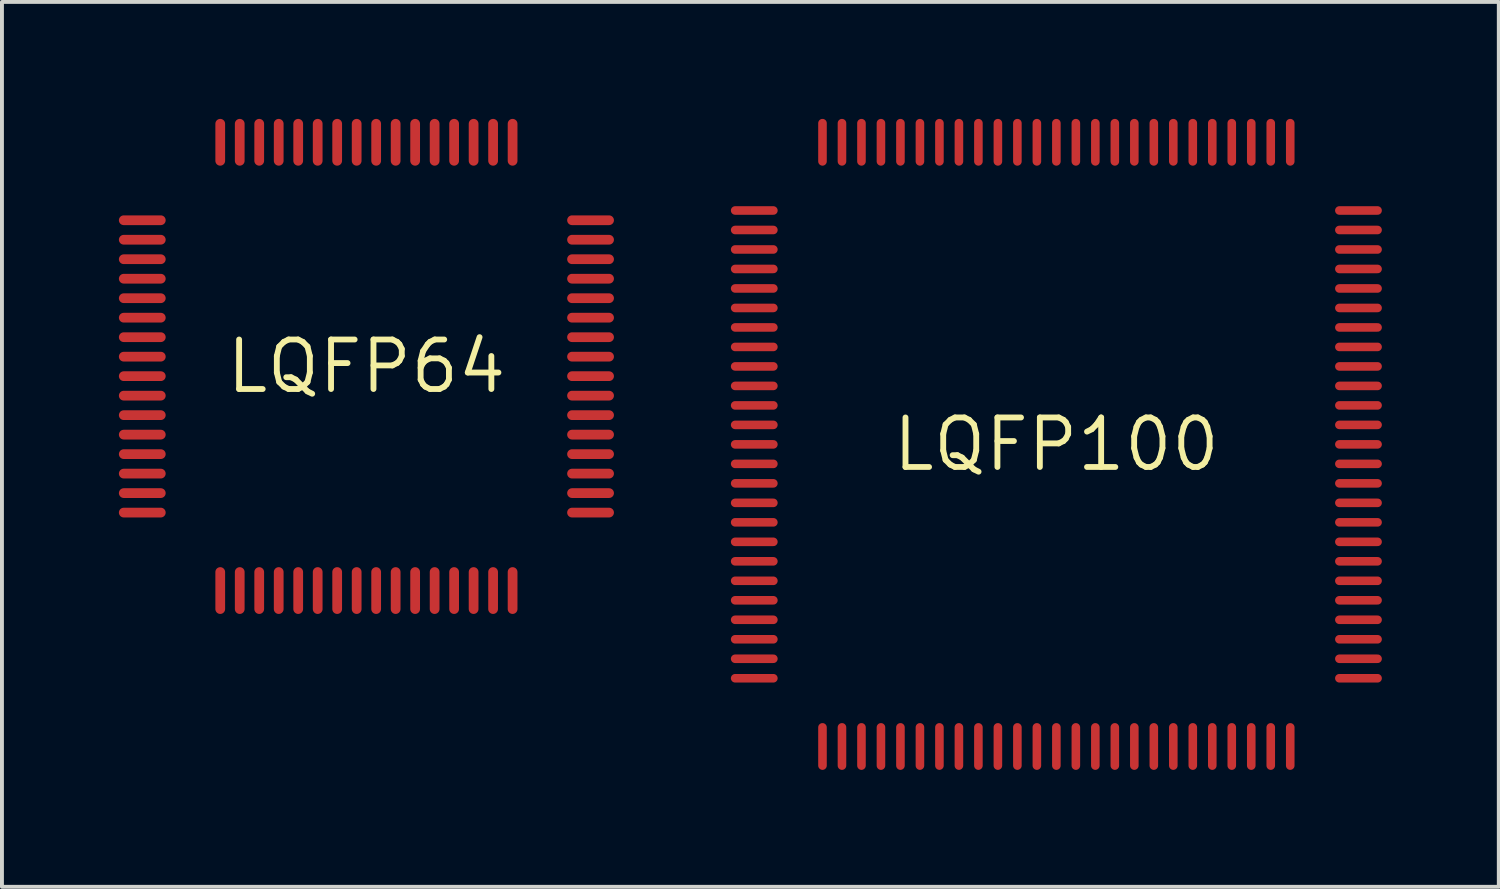
<source format=kicad_pcb>
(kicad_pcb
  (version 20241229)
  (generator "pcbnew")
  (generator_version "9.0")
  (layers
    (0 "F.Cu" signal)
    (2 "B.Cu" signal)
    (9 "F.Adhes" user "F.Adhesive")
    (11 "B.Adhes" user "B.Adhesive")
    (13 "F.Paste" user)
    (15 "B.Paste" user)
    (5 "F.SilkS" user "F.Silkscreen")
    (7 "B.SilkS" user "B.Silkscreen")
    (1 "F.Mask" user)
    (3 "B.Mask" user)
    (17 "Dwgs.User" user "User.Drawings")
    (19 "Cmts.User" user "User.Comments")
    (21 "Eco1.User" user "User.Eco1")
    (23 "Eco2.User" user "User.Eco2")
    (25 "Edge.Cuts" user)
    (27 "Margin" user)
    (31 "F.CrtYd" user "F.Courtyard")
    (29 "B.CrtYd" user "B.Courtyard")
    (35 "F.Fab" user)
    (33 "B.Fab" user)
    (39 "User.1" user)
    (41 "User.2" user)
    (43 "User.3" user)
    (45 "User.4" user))
  (footprint "LQFP100"
    (layer "F.Cu")
    (at 24.05 8.35)
    (property "Reference" "LQFP100" (at 0 0 0) (layer "F.SilkS") (effects (font (size 1.27 1.27) (thickness 0.15))))
    (attr through_hole)
    (pad "1" smd oval (at -7.75 -6 90) (size 0.22 1.2) (layers "F.Cu" "F.Mask"))
    (pad "2" smd oval (at -7.75 -5.5 90) (size 0.22 1.2) (layers "F.Cu" "F.Mask"))
    (pad "3" smd oval (at -7.75 -5 90) (size 0.22 1.2) (layers "F.Cu" "F.Mask"))
    (pad "4" smd oval (at -7.75 -4.5 90) (size 0.22 1.2) (layers "F.Cu" "F.Mask"))
    (pad "5" smd oval (at -7.75 -4 90) (size 0.22 1.2) (layers "F.Cu" "F.Mask"))
    (pad "6" smd oval (at -7.75 -3.5 90) (size 0.22 1.2) (layers "F.Cu" "F.Mask"))
    (pad "7" smd oval (at -7.75 -3 90) (size 0.22 1.2) (layers "F.Cu" "F.Mask"))
    (pad "8" smd oval (at -7.75 -2.5 90) (size 0.22 1.2) (layers "F.Cu" "F.Mask"))
    (pad "9" smd oval (at -7.75 -2 90) (size 0.22 1.2) (layers "F.Cu" "F.Mask"))
    (pad "10" smd oval (at -7.75 -1.5 90) (size 0.22 1.2) (layers "F.Cu" "F.Mask"))
    (pad "11" smd oval (at -7.75 -1 90) (size 0.22 1.2) (layers "F.Cu" "F.Mask"))
    (pad "12" smd oval (at -7.75 -0.5 90) (size 0.22 1.2) (layers "F.Cu" "F.Mask"))
    (pad "13" smd oval (at -7.75 0 90) (size 0.22 1.2) (layers "F.Cu" "F.Mask"))
    (pad "14" smd oval (at -7.75 0.5 90) (size 0.22 1.2) (layers "F.Cu" "F.Mask"))
    (pad "15" smd oval (at -7.75 1 90) (size 0.22 1.2) (layers "F.Cu" "F.Mask"))
    (pad "16" smd oval (at -7.75 1.5 90) (size 0.22 1.2) (layers "F.Cu" "F.Mask"))
    (pad "17" smd oval (at -7.75 2 90) (size 0.22 1.2) (layers "F.Cu" "F.Mask"))
    (pad "18" smd oval (at -7.75 2.5 90) (size 0.22 1.2) (layers "F.Cu" "F.Mask"))
    (pad "19" smd oval (at -7.75 3 90) (size 0.22 1.2) (layers "F.Cu" "F.Mask"))
    (pad "20" smd oval (at -7.75 3.5 90) (size 0.22 1.2) (layers "F.Cu" "F.Mask"))
    (pad "21" smd oval (at -7.75 4 90) (size 0.22 1.2) (layers "F.Cu" "F.Mask"))
    (pad "22" smd oval (at -7.75 4.5 90) (size 0.22 1.2) (layers "F.Cu" "F.Mask"))
    (pad "23" smd oval (at -7.75 5 90) (size 0.22 1.2) (layers "F.Cu" "F.Mask"))
    (pad "24" smd oval (at -7.75 5.5 90) (size 0.22 1.2) (layers "F.Cu" "F.Mask"))
    (pad "25" smd oval (at -7.75 6 90) (size 0.22 1.2) (layers "F.Cu" "F.Mask"))
    (pad "26" smd oval (at -6 7.75) (size 0.22 1.2) (layers "F.Cu" "F.Mask"))
    (pad "27" smd oval (at -5.5 7.75) (size 0.22 1.2) (layers "F.Cu" "F.Mask"))
    (pad "28" smd oval (at -5 7.75) (size 0.22 1.2) (layers "F.Cu" "F.Mask"))
    (pad "29" smd oval (at -4.5 7.75) (size 0.22 1.2) (layers "F.Cu" "F.Mask"))
    (pad "30" smd oval (at -4 7.75) (size 0.22 1.2) (layers "F.Cu" "F.Mask"))
    (pad "31" smd oval (at -3.5 7.75) (size 0.22 1.2) (layers "F.Cu" "F.Mask"))
    (pad "32" smd oval (at -3 7.75) (size 0.22 1.2) (layers "F.Cu" "F.Mask"))
    (pad "33" smd oval (at -2.5 7.75) (size 0.22 1.2) (layers "F.Cu" "F.Mask"))
    (pad "34" smd oval (at -2 7.75) (size 0.22 1.2) (layers "F.Cu" "F.Mask"))
    (pad "35" smd oval (at -1.5 7.75) (size 0.22 1.2) (layers "F.Cu" "F.Mask"))
    (pad "36" smd oval (at -1 7.75) (size 0.22 1.2) (layers "F.Cu" "F.Mask"))
    (pad "37" smd oval (at -0.5 7.75) (size 0.22 1.2) (layers "F.Cu" "F.Mask"))
    (pad "38" smd oval (at 0 7.75) (size 0.22 1.2) (layers "F.Cu" "F.Mask"))
    (pad "39" smd oval (at 0.5 7.75) (size 0.22 1.2) (layers "F.Cu" "F.Mask"))
    (pad "40" smd oval (at 1 7.75) (size 0.22 1.2) (layers "F.Cu" "F.Mask"))
    (pad "41" smd oval (at 1.5 7.75) (size 0.22 1.2) (layers "F.Cu" "F.Mask"))
    (pad "42" smd oval (at 2 7.75) (size 0.22 1.2) (layers "F.Cu" "F.Mask"))
    (pad "43" smd oval (at 2.5 7.75) (size 0.22 1.2) (layers "F.Cu" "F.Mask"))
    (pad "44" smd oval (at 3 7.75) (size 0.22 1.2) (layers "F.Cu" "F.Mask"))
    (pad "45" smd oval (at 3.5 7.75) (size 0.22 1.2) (layers "F.Cu" "F.Mask"))
    (pad "46" smd oval (at 4 7.75) (size 0.22 1.2) (layers "F.Cu" "F.Mask"))
    (pad "47" smd oval (at 4.5 7.75) (size 0.22 1.2) (layers "F.Cu" "F.Mask"))
    (pad "48" smd oval (at 5 7.75) (size 0.22 1.2) (layers "F.Cu" "F.Mask"))
    (pad "49" smd oval (at 5.5 7.75) (size 0.22 1.2) (layers "F.Cu" "F.Mask"))
    (pad "50" smd oval (at 6 7.75) (size 0.22 1.2) (layers "F.Cu" "F.Mask"))
    (pad "51" smd oval (at 7.75 6 90) (size 0.22 1.2) (layers "F.Cu" "F.Mask"))
    (pad "52" smd oval (at 7.75 5.5 90) (size 0.22 1.2) (layers "F.Cu" "F.Mask"))
    (pad "53" smd oval (at 7.75 5 90) (size 0.22 1.2) (layers "F.Cu" "F.Mask"))
    (pad "54" smd oval (at 7.75 4.5 90) (size 0.22 1.2) (layers "F.Cu" "F.Mask"))
    (pad "55" smd oval (at 7.75 4 90) (size 0.22 1.2) (layers "F.Cu" "F.Mask"))
    (pad "56" smd oval (at 7.75 3.5 90) (size 0.22 1.2) (layers "F.Cu" "F.Mask"))
    (pad "57" smd oval (at 7.75 3 90) (size 0.22 1.2) (layers "F.Cu" "F.Mask"))
    (pad "58" smd oval (at 7.75 2.5 90) (size 0.22 1.2) (layers "F.Cu" "F.Mask"))
    (pad "59" smd oval (at 7.75 2 90) (size 0.22 1.2) (layers "F.Cu" "F.Mask"))
    (pad "60" smd oval (at 7.75 1.5 90) (size 0.22 1.2) (layers "F.Cu" "F.Mask"))
    (pad "61" smd oval (at 7.75 1 90) (size 0.22 1.2) (layers "F.Cu" "F.Mask"))
    (pad "62" smd oval (at 7.75 0.5 90) (size 0.22 1.2) (layers "F.Cu" "F.Mask"))
    (pad "63" smd oval (at 7.75 0 90) (size 0.22 1.2) (layers "F.Cu" "F.Mask"))
    (pad "64" smd oval (at 7.75 -0.5 90) (size 0.22 1.2) (layers "F.Cu" "F.Mask"))
    (pad "65" smd oval (at 7.75 -1 90) (size 0.22 1.2) (layers "F.Cu" "F.Mask"))
    (pad "66" smd oval (at 7.75 -1.5 90) (size 0.22 1.2) (layers "F.Cu" "F.Mask"))
    (pad "67" smd oval (at 7.75 -2 90) (size 0.22 1.2) (layers "F.Cu" "F.Mask"))
    (pad "68" smd oval (at 7.75 -2.5 90) (size 0.22 1.2) (layers "F.Cu" "F.Mask"))
    (pad "69" smd oval (at 7.75 -3 90) (size 0.22 1.2) (layers "F.Cu" "F.Mask"))
    (pad "70" smd oval (at 7.75 -3.5 90) (size 0.22 1.2) (layers "F.Cu" "F.Mask"))
    (pad "71" smd oval (at 7.75 -4 90) (size 0.22 1.2) (layers "F.Cu" "F.Mask"))
    (pad "72" smd oval (at 7.75 -4.5 90) (size 0.22 1.2) (layers "F.Cu" "F.Mask"))
    (pad "73" smd oval (at 7.75 -5 90) (size 0.22 1.2) (layers "F.Cu" "F.Mask"))
    (pad "74" smd oval (at 7.75 -5.5 90) (size 0.22 1.2) (layers "F.Cu" "F.Mask"))
    (pad "75" smd oval (at 7.75 -6 90) (size 0.22 1.2) (layers "F.Cu" "F.Mask"))
    (pad "76" smd oval (at 6 -7.75) (size 0.22 1.2) (layers "F.Cu" "F.Mask"))
    (pad "77" smd oval (at 5.5 -7.75) (size 0.22 1.2) (layers "F.Cu" "F.Mask"))
    (pad "78" smd oval (at 5 -7.75) (size 0.22 1.2) (layers "F.Cu" "F.Mask"))
    (pad "79" smd oval (at 4.5 -7.75) (size 0.22 1.2) (layers "F.Cu" "F.Mask"))
    (pad "80" smd oval (at 4 -7.75) (size 0.22 1.2) (layers "F.Cu" "F.Mask"))
    (pad "81" smd oval (at 3.5 -7.75) (size 0.22 1.2) (layers "F.Cu" "F.Mask"))
    (pad "82" smd oval (at 3 -7.75) (size 0.22 1.2) (layers "F.Cu" "F.Mask"))
    (pad "83" smd oval (at 2.5 -7.75) (size 0.22 1.2) (layers "F.Cu" "F.Mask"))
    (pad "84" smd oval (at 2 -7.75) (size 0.22 1.2) (layers "F.Cu" "F.Mask"))
    (pad "85" smd oval (at 1.5 -7.75) (size 0.22 1.2) (layers "F.Cu" "F.Mask"))
    (pad "86" smd oval (at 1 -7.75) (size 0.22 1.2) (layers "F.Cu" "F.Mask"))
    (pad "87" smd oval (at 0.5 -7.75) (size 0.22 1.2) (layers "F.Cu" "F.Mask"))
    (pad "88" smd oval (at 0 -7.75) (size 0.22 1.2) (layers "F.Cu" "F.Mask"))
    (pad "89" smd oval (at -0.5 -7.75) (size 0.22 1.2) (layers "F.Cu" "F.Mask"))
    (pad "90" smd oval (at -1 -7.75) (size 0.22 1.2) (layers "F.Cu" "F.Mask"))
    (pad "91" smd oval (at -1.5 -7.75) (size 0.22 1.2) (layers "F.Cu" "F.Mask"))
    (pad "92" smd oval (at -2 -7.75) (size 0.22 1.2) (layers "F.Cu" "F.Mask"))
    (pad "93" smd oval (at -2.5 -7.75) (size 0.22 1.2) (layers "F.Cu" "F.Mask"))
    (pad "94" smd oval (at -3 -7.75) (size 0.22 1.2) (layers "F.Cu" "F.Mask"))
    (pad "95" smd oval (at -3.5 -7.75) (size 0.22 1.2) (layers "F.Cu" "F.Mask"))
    (pad "96" smd oval (at -4 -7.75) (size 0.22 1.2) (layers "F.Cu" "F.Mask"))
    (pad "97" smd oval (at -4.5 -7.75) (size 0.22 1.2) (layers "F.Cu" "F.Mask"))
    (pad "98" smd oval (at -5 -7.75) (size 0.22 1.2) (layers "F.Cu" "F.Mask"))
    (pad "99" smd oval (at -5.5 -7.75) (size 0.22 1.2) (layers "F.Cu" "F.Mask"))
    (pad "100" smd oval (at -6 -7.75) (size 0.22 1.2) (layers "F.Cu" "F.Mask")))
  (footprint "LQFP64"
    (layer "F.Cu")
    (at 6.35 6.35)
    (property "Reference" "LQFP64" (at 0 0 0) (layer "F.SilkS") (effects (font (size 1.27 1.27) (thickness 0.15))))
    (attr through_hole)
    (pad "1" smd oval (at -5.75 -3.75 90) (size 0.25 1.2) (layers "F.Cu" "F.Mask"))
    (pad "2" smd oval (at -5.75 -3.25 90) (size 0.25 1.2) (layers "F.Cu" "F.Mask"))
    (pad "3" smd oval (at -5.75 -2.75 90) (size 0.25 1.2) (layers "F.Cu" "F.Mask"))
    (pad "4" smd oval (at -5.75 -2.25 90) (size 0.25 1.2) (layers "F.Cu" "F.Mask"))
    (pad "5" smd oval (at -5.75 -1.75 90) (size 0.25 1.2) (layers "F.Cu" "F.Mask"))
    (pad "6" smd oval (at -5.75 -1.25 90) (size 0.25 1.2) (layers "F.Cu" "F.Mask"))
    (pad "7" smd oval (at -5.75 -0.75 90) (size 0.25 1.2) (layers "F.Cu" "F.Mask"))
    (pad "8" smd oval (at -5.75 -0.25 90) (size 0.25 1.2) (layers "F.Cu" "F.Mask"))
    (pad "9" smd oval (at -5.75 0.25 90) (size 0.25 1.2) (layers "F.Cu" "F.Mask"))
    (pad "10" smd oval (at -5.75 0.75 90) (size 0.25 1.2) (layers "F.Cu" "F.Mask"))
    (pad "11" smd oval (at -5.75 1.25 90) (size 0.25 1.2) (layers "F.Cu" "F.Mask"))
    (pad "12" smd oval (at -5.75 1.75 90) (size 0.25 1.2) (layers "F.Cu" "F.Mask"))
    (pad "13" smd oval (at -5.75 2.25 90) (size 0.25 1.2) (layers "F.Cu" "F.Mask"))
    (pad "14" smd oval (at -5.75 2.75 90) (size 0.25 1.2) (layers "F.Cu" "F.Mask"))
    (pad "15" smd oval (at -5.75 3.25 90) (size 0.25 1.2) (layers "F.Cu" "F.Mask"))
    (pad "16" smd oval (at -5.75 3.75 90) (size 0.25 1.2) (layers "F.Cu" "F.Mask"))
    (pad "17" smd oval (at -3.75 5.75) (size 0.25 1.2) (layers "F.Cu" "F.Mask"))
    (pad "18" smd oval (at -3.25 5.75) (size 0.25 1.2) (layers "F.Cu" "F.Mask"))
    (pad "19" smd oval (at -2.75 5.75) (size 0.25 1.2) (layers "F.Cu" "F.Mask"))
    (pad "20" smd oval (at -2.25 5.75) (size 0.25 1.2) (layers "F.Cu" "F.Mask"))
    (pad "21" smd oval (at -1.75 5.75) (size 0.25 1.2) (layers "F.Cu" "F.Mask"))
    (pad "22" smd oval (at -1.25 5.75) (size 0.25 1.2) (layers "F.Cu" "F.Mask"))
    (pad "23" smd oval (at -0.75 5.75) (size 0.25 1.2) (layers "F.Cu" "F.Mask"))
    (pad "24" smd oval (at -0.25 5.75) (size 0.25 1.2) (layers "F.Cu" "F.Mask"))
    (pad "25" smd oval (at 0.25 5.75) (size 0.25 1.2) (layers "F.Cu" "F.Mask"))
    (pad "26" smd oval (at 0.75 5.75) (size 0.25 1.2) (layers "F.Cu" "F.Mask"))
    (pad "27" smd oval (at 1.25 5.75) (size 0.25 1.2) (layers "F.Cu" "F.Mask"))
    (pad "28" smd oval (at 1.75 5.75) (size 0.25 1.2) (layers "F.Cu" "F.Mask"))
    (pad "29" smd oval (at 2.25 5.75) (size 0.25 1.2) (layers "F.Cu" "F.Mask"))
    (pad "30" smd oval (at 2.75 5.75) (size 0.25 1.2) (layers "F.Cu" "F.Mask"))
    (pad "31" smd oval (at 3.25 5.75) (size 0.25 1.2) (layers "F.Cu" "F.Mask"))
    (pad "32" smd oval (at 3.75 5.75) (size 0.25 1.2) (layers "F.Cu" "F.Mask"))
    (pad "33" smd oval (at 5.75 3.75 90) (size 0.25 1.2) (layers "F.Cu" "F.Mask"))
    (pad "34" smd oval (at 5.75 3.25 90) (size 0.25 1.2) (layers "F.Cu" "F.Mask"))
    (pad "35" smd oval (at 5.75 2.75 90) (size 0.25 1.2) (layers "F.Cu" "F.Mask"))
    (pad "36" smd oval (at 5.75 2.25 90) (size 0.25 1.2) (layers "F.Cu" "F.Mask"))
    (pad "37" smd oval (at 5.75 1.75 90) (size 0.25 1.2) (layers "F.Cu" "F.Mask"))
    (pad "38" smd oval (at 5.75 1.25 90) (size 0.25 1.2) (layers "F.Cu" "F.Mask"))
    (pad "39" smd oval (at 5.75 0.75 90) (size 0.25 1.2) (layers "F.Cu" "F.Mask"))
    (pad "40" smd oval (at 5.75 0.25 90) (size 0.25 1.2) (layers "F.Cu" "F.Mask"))
    (pad "41" smd oval (at 5.75 -0.25 90) (size 0.25 1.2) (layers "F.Cu" "F.Mask"))
    (pad "42" smd oval (at 5.75 -0.75 90) (size 0.25 1.2) (layers "F.Cu" "F.Mask"))
    (pad "43" smd oval (at 5.75 -1.25 90) (size 0.25 1.2) (layers "F.Cu" "F.Mask"))
    (pad "44" smd oval (at 5.75 -1.75 90) (size 0.25 1.2) (layers "F.Cu" "F.Mask"))
    (pad "45" smd oval (at 5.75 -2.25 90) (size 0.25 1.2) (layers "F.Cu" "F.Mask"))
    (pad "46" smd oval (at 5.75 -2.75 90) (size 0.25 1.2) (layers "F.Cu" "F.Mask"))
    (pad "47" smd oval (at 5.75 -3.25 90) (size 0.25 1.2) (layers "F.Cu" "F.Mask"))
    (pad "48" smd oval (at 5.75 -3.75 90) (size 0.25 1.2) (layers "F.Cu" "F.Mask"))
    (pad "49" smd oval (at 3.75 -5.75) (size 0.25 1.2) (layers "F.Cu" "F.Mask"))
    (pad "50" smd oval (at 3.25 -5.75) (size 0.25 1.2) (layers "F.Cu" "F.Mask"))
    (pad "51" smd oval (at 2.75 -5.75) (size 0.25 1.2) (layers "F.Cu" "F.Mask"))
    (pad "52" smd oval (at 2.25 -5.75) (size 0.25 1.2) (layers "F.Cu" "F.Mask"))
    (pad "53" smd oval (at 1.75 -5.75) (size 0.25 1.2) (layers "F.Cu" "F.Mask"))
    (pad "54" smd oval (at 1.25 -5.75) (size 0.25 1.2) (layers "F.Cu" "F.Mask"))
    (pad "55" smd oval (at 0.75 -5.75) (size 0.25 1.2) (layers "F.Cu" "F.Mask"))
    (pad "56" smd oval (at 0.25 -5.75) (size 0.25 1.2) (layers "F.Cu" "F.Mask"))
    (pad "57" smd oval (at -0.25 -5.75) (size 0.25 1.2) (layers "F.Cu" "F.Mask"))
    (pad "58" smd oval (at -0.75 -5.75) (size 0.25 1.2) (layers "F.Cu" "F.Mask"))
    (pad "59" smd oval (at -1.25 -5.75) (size 0.25 1.2) (layers "F.Cu" "F.Mask"))
    (pad "60" smd oval (at -1.75 -5.75) (size 0.25 1.2) (layers "F.Cu" "F.Mask"))
    (pad "61" smd oval (at -2.25 -5.75) (size 0.25 1.2) (layers "F.Cu" "F.Mask"))
    (pad "62" smd oval (at -2.75 -5.75) (size 0.25 1.2) (layers "F.Cu" "F.Mask"))
    (pad "63" smd oval (at -3.25 -5.75) (size 0.25 1.2) (layers "F.Cu" "F.Mask"))
    (pad "64" smd oval (at -3.75 -5.75) (size 0.25 1.2) (layers "F.Cu" "F.Mask")))
  (gr_rect
    (start -3 -3)
    (end 35.4 19.7)
    (stroke (width 0.1) (type default))
    (fill no)
    (layer "Edge.Cuts")))
</source>
